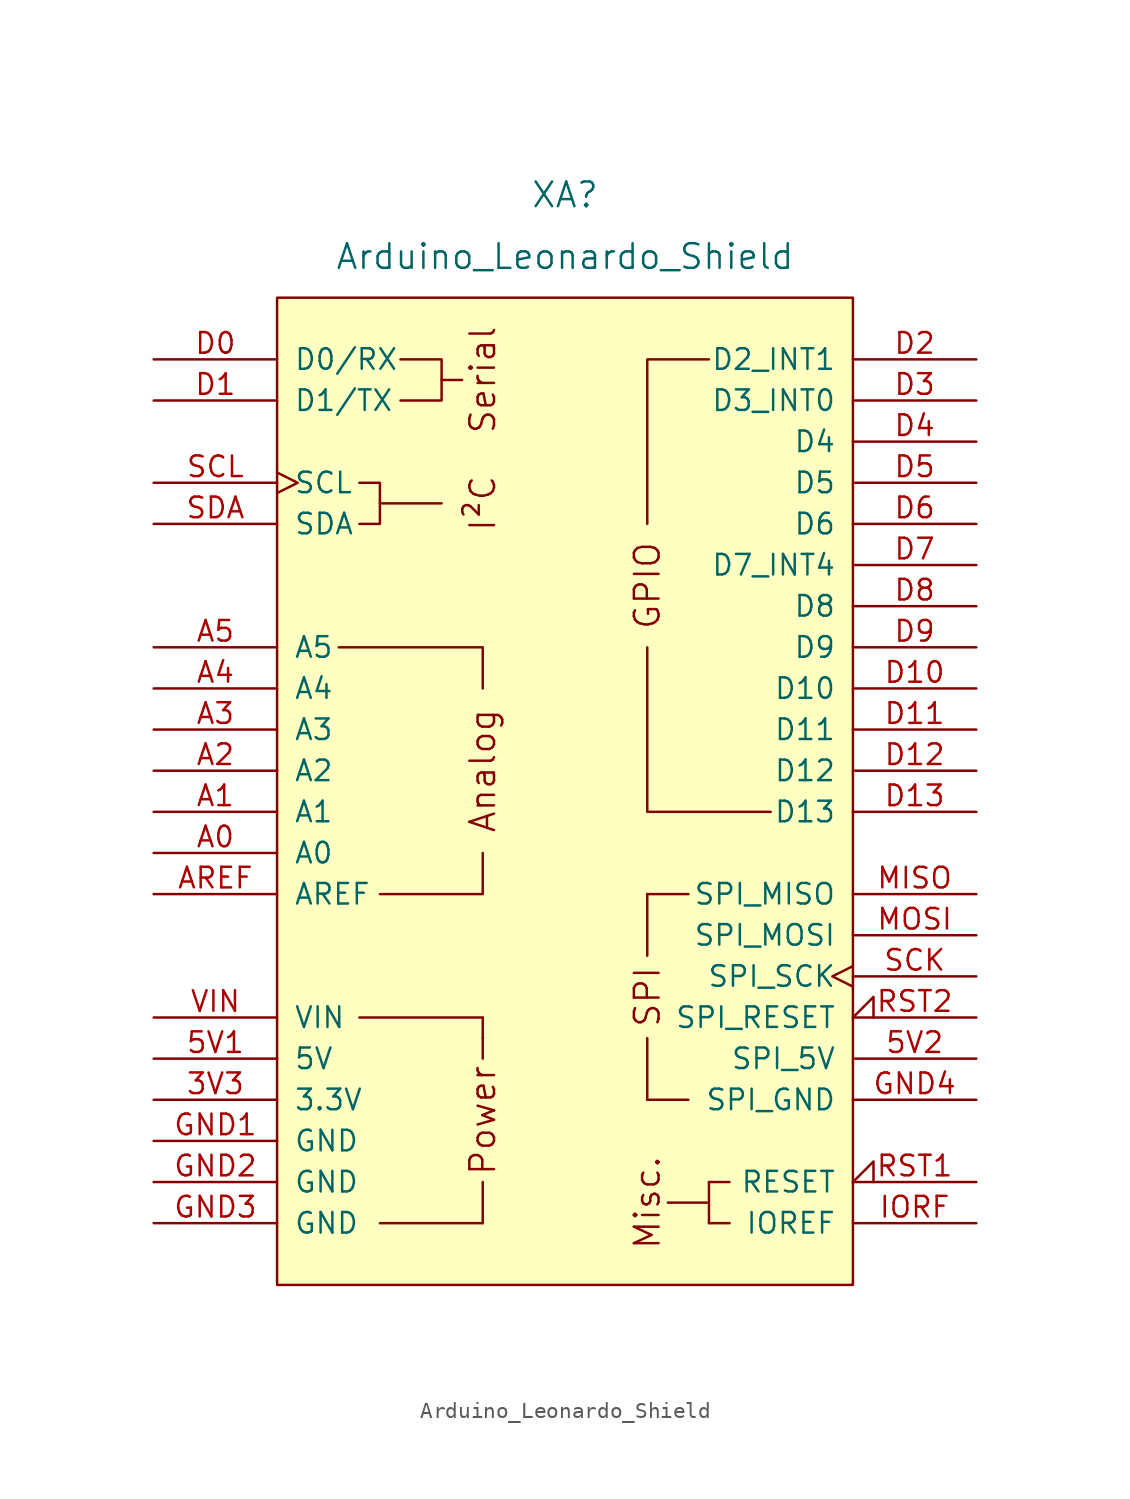
<source format=kicad_sym>
(kicad_symbol_lib
  (version 20211014)
  (generator kicad_symbol_editor)
  (symbol "Arduino_Leonardo_Shield"
    (pin_names
      (offset 1.016))
    (property "Reference" "XA"
      (at 0 36.83 0)
      (effects (font (size 1.524 1.524))))
    (property "Value" "Arduino_Leonardo_Shield"
      (at 0 33.02 0)
      (effects (font (size 1.524 1.524))))
    (symbol "Arduino_Leonardo_Shield_0_0"
      (rectangle (start -17.78 30.48) (end 17.78 -30.48) (stroke (width 0) (type default) (color 0 0 0 0)) (fill (type background)))
      (rectangle (start -12.7 -13.97) (end -5.08 -13.97) (stroke (width 0) (type default) (color 0 0 0 0)) (fill (type none)))
      (rectangle (start -11.43 -26.67) (end -5.08 -26.67) (stroke (width 0) (type default) (color 0 0 0 0)) (fill (type none)))
      (polyline (pts (xy -11.43 17.78) (xy -7.62 17.78)) (stroke (width 0) (type default) (color 0 0 0 0)) (fill (type none)))
      (polyline (pts (xy -7.62 25.4) (xy -6.35 25.4)) (stroke (width 0) (type default) (color 0 0 0 0)) (fill (type none)))
      (polyline (pts (xy -5.08 -26.67) (xy -5.08 -24.13)) (stroke (width 0) (type default) (color 0 0 0 0)) (fill (type none)))
      (polyline (pts (xy -5.08 -15.24) (xy -5.08 -16.51)) (stroke (width 0) (type default) (color 0 0 0 0)) (fill (type none)))
      (polyline (pts (xy -5.08 -13.97) (xy -5.08 -15.24)) (stroke (width 0) (type default) (color 0 0 0 0)) (fill (type none)))
      (polyline (pts (xy -5.08 -3.81) (xy -5.08 -6.35) (xy -11.43 -6.35)) (stroke (width 0) (type default) (color 0 0 0 0)) (fill (type none)))
      (polyline (pts (xy -5.08 6.35) (xy -5.08 8.89) (xy -13.97 8.89)) (stroke (width 0) (type default) (color 0 0 0 0)) (fill (type none)))
      (polyline (pts (xy 5.08 8.89) (xy 5.08 -1.27) (xy 12.7 -1.27)) (stroke (width 0) (type default) (color 0 0 0 0)) (fill (type none)))
      (polyline (pts (xy 5.08 16.51) (xy 5.08 26.67) (xy 8.89 26.67)) (stroke (width 0) (type default) (color 0 0 0 0)) (fill (type none)))
      (polyline (pts (xy -12.7 19.05) (xy -11.43 19.05) (xy -11.43 16.51) (xy -12.7 16.51)) (stroke (width 0) (type default) (color 0 0 0 0)) (fill (type none)))
      (polyline (pts (xy -10.16 26.67) (xy -7.62 26.67) (xy -7.62 24.13) (xy -10.16 24.13)) (stroke (width 0) (type default) (color 0 0 0 0)) (fill (type none)))
      (rectangle (start 5.08 -19.05) (end 5.08 -15.24) (stroke (width 0) (type default) (color 0 0 0 0)) (fill (type none)))
      (rectangle (start 5.08 -19.05) (end 7.62 -19.05) (stroke (width 0) (type default) (color 0 0 0 0)) (fill (type none)))
      (rectangle (start 5.08 -10.16) (end 5.08 -6.35) (stroke (width 0) (type default) (color 0 0 0 0)) (fill (type none)))
      (rectangle (start 7.62 -6.35) (end 5.08 -6.35) (stroke (width 0) (type default) (color 0 0 0 0)) (fill (type none)))
      (rectangle (start 8.89 -25.4) (end 6.35 -25.4) (stroke (width 0) (type default) (color 0 0 0 0)) (fill (type none)))
      (rectangle (start 8.89 -24.13) (end 8.89 -26.67) (stroke (width 0) (type default) (color 0 0 0 0)) (fill (type none)))
      (rectangle (start 10.16 -26.67) (end 8.89 -26.67) (stroke (width 0) (type default) (color 0 0 0 0)) (fill (type none)))
      (rectangle (start 10.16 -24.13) (end 8.89 -24.13) (stroke (width 0) (type default) (color 0 0 0 0)) (fill (type none)))
      (text "Analog" (at -5.08 1.27 900) (effects (font (size 1.524 1.524))))
      (text "I²C" (at -5.08 17.78 900) (effects (font (size 1.524 1.524))))
      (text "Misc." (at 5.08 -25.4 900) (effects (font (size 1.524 1.524))))
      (text "Power" (at -5.08 -20.32 900) (effects (font (size 1.524 1.524))))
      (text "Serial" (at -5.08 25.4 900) (effects (font (size 1.524 1.524))))
      (text "SPI" (at 5.08 -12.7 900) (effects (font (size 1.524 1.524)))))
    (symbol "Arduino_Leonardo_Shield_1_0"
      (text "GPIO" (at 5.08 12.7 900) (effects (font (size 1.524 1.524)))))
    (symbol "Arduino_Leonardo_Shield_1_1"
      (pin power_out line (at -25.4 -19.05 0) (length 7.62) (name "3.3V" (effects (font (size 1.27 1.27)))) (number "3V3" (effects (font (size 1.27 1.27)))))
      (pin power_in line (at -25.4 -16.51 0) (length 7.62) (name "5V" (effects (font (size 1.27 1.27)))) (number "5V1" (effects (font (size 1.27 1.27)))))
      (pin power_in line (at 25.4 -16.51 180) (length 7.62) (name "SPI_5V" (effects (font (size 1.27 1.27)))) (number "5V2" (effects (font (size 1.27 1.27)))))
      (pin bidirectional line (at -25.4 -3.81 0) (length 7.62) (name "A0" (effects (font (size 1.27 1.27)))) (number "A0" (effects (font (size 1.27 1.27)))))
      (pin bidirectional line (at -25.4 -1.27 0) (length 7.62) (name "A1" (effects (font (size 1.27 1.27)))) (number "A1" (effects (font (size 1.27 1.27)))))
      (pin bidirectional line (at -25.4 1.27 0) (length 7.62) (name "A2" (effects (font (size 1.27 1.27)))) (number "A2" (effects (font (size 1.27 1.27)))))
      (pin bidirectional line (at -25.4 3.81 0) (length 7.62) (name "A3" (effects (font (size 1.27 1.27)))) (number "A3" (effects (font (size 1.27 1.27)))))
      (pin bidirectional line (at -25.4 6.35 0) (length 7.62) (name "A4" (effects (font (size 1.27 1.27)))) (number "A4" (effects (font (size 1.27 1.27)))))
      (pin bidirectional line (at -25.4 8.89 0) (length 7.62) (name "A5" (effects (font (size 1.27 1.27)))) (number "A5" (effects (font (size 1.27 1.27)))))
      (pin input line (at -25.4 -6.35 0) (length 7.62) (name "AREF" (effects (font (size 1.27 1.27)))) (number "AREF" (effects (font (size 1.27 1.27)))))
      (pin bidirectional line (at -25.4 26.67 0) (length 7.62) (name "D0/RX" (effects (font (size 1.27 1.27)))) (number "D0" (effects (font (size 1.27 1.27)))))
      (pin bidirectional line (at -25.4 24.13 0) (length 7.62) (name "D1/TX" (effects (font (size 1.27 1.27)))) (number "D1" (effects (font (size 1.27 1.27)))))
      (pin bidirectional line (at 25.4 6.35 180) (length 7.62) (name "D10" (effects (font (size 1.27 1.27)))) (number "D10" (effects (font (size 1.27 1.27)))))
      (pin bidirectional line (at 25.4 3.81 180) (length 7.62) (name "D11" (effects (font (size 1.27 1.27)))) (number "D11" (effects (font (size 1.27 1.27)))))
      (pin bidirectional line (at 25.4 1.27 180) (length 7.62) (name "D12" (effects (font (size 1.27 1.27)))) (number "D12" (effects (font (size 1.27 1.27)))))
      (pin bidirectional line (at 25.4 -1.27 180) (length 7.62) (name "D13" (effects (font (size 1.27 1.27)))) (number "D13" (effects (font (size 1.27 1.27)))))
      (pin bidirectional line (at 25.4 26.67 180) (length 7.62) (name "D2_INT1" (effects (font (size 1.27 1.27)))) (number "D2" (effects (font (size 1.27 1.27)))))
      (pin bidirectional line (at 25.4 24.13 180) (length 7.62) (name "D3_INT0" (effects (font (size 1.27 1.27)))) (number "D3" (effects (font (size 1.27 1.27)))))
      (pin bidirectional line (at 25.4 21.59 180) (length 7.62) (name "D4" (effects (font (size 1.27 1.27)))) (number "D4" (effects (font (size 1.27 1.27)))))
      (pin bidirectional line (at 25.4 19.05 180) (length 7.62) (name "D5" (effects (font (size 1.27 1.27)))) (number "D5" (effects (font (size 1.27 1.27)))))
      (pin bidirectional line (at 25.4 16.51 180) (length 7.62) (name "D6" (effects (font (size 1.27 1.27)))) (number "D6" (effects (font (size 1.27 1.27)))))
      (pin bidirectional line (at 25.4 13.97 180) (length 7.62) (name "D7_INT4" (effects (font (size 1.27 1.27)))) (number "D7" (effects (font (size 1.27 1.27)))))
      (pin bidirectional line (at 25.4 11.43 180) (length 7.62) (name "D8" (effects (font (size 1.27 1.27)))) (number "D8" (effects (font (size 1.27 1.27)))))
      (pin bidirectional line (at 25.4 8.89 180) (length 7.62) (name "D9" (effects (font (size 1.27 1.27)))) (number "D9" (effects (font (size 1.27 1.27)))))
      (pin power_in line (at -25.4 -21.59 0) (length 7.62) (name "GND" (effects (font (size 1.27 1.27)))) (number "GND1" (effects (font (size 1.27 1.27)))))
      (pin power_in line (at -25.4 -24.13 0) (length 7.62) (name "GND" (effects (font (size 1.27 1.27)))) (number "GND2" (effects (font (size 1.27 1.27)))))
      (pin power_in line (at -25.4 -26.67 0) (length 7.62) (name "GND" (effects (font (size 1.27 1.27)))) (number "GND3" (effects (font (size 1.27 1.27)))))
      (pin power_in line (at 25.4 -19.05 180) (length 7.62) (name "SPI_GND" (effects (font (size 1.27 1.27)))) (number "GND4" (effects (font (size 1.27 1.27)))))
      (pin output line (at 25.4 -26.67 180) (length 7.62) (name "IOREF" (effects (font (size 1.27 1.27)))) (number "IORF" (effects (font (size 1.27 1.27)))))
      (pin input line (at 25.4 -6.35 180) (length 7.62) (name "SPI_MISO" (effects (font (size 1.27 1.27)))) (number "MISO" (effects (font (size 1.27 1.27)))))
      (pin output line (at 25.4 -8.89 180) (length 7.62) (name "SPI_MOSI" (effects (font (size 1.27 1.27)))) (number "MOSI" (effects (font (size 1.27 1.27)))))
      (pin open_collector input_low (at 25.4 -24.13 180) (length 7.62) (name "RESET" (effects (font (size 1.27 1.27)))) (number "RST1" (effects (font (size 1.27 1.27)))))
      (pin open_collector input_low (at 25.4 -13.97 180) (length 7.62) (name "SPI_RESET" (effects (font (size 1.27 1.27)))) (number "RST2" (effects (font (size 1.27 1.27)))))
      (pin output clock (at 25.4 -11.43 180) (length 7.62) (name "SPI_SCK" (effects (font (size 1.27 1.27)))) (number "SCK" (effects (font (size 1.27 1.27)))))
      (pin bidirectional clock (at -25.4 19.05 0) (length 7.62) (name "SCL" (effects (font (size 1.27 1.27)))) (number "SCL" (effects (font (size 1.27 1.27)))))
      (pin bidirectional line (at -25.4 16.51 0) (length 7.62) (name "SDA" (effects (font (size 1.27 1.27)))) (number "SDA" (effects (font (size 1.27 1.27)))))
      (pin power_in line (at -25.4 -13.97 0) (length 7.62) (name "VIN" (effects (font (size 1.27 1.27)))) (number "VIN" (effects (font (size 1.27 1.27))))))))
</source>
